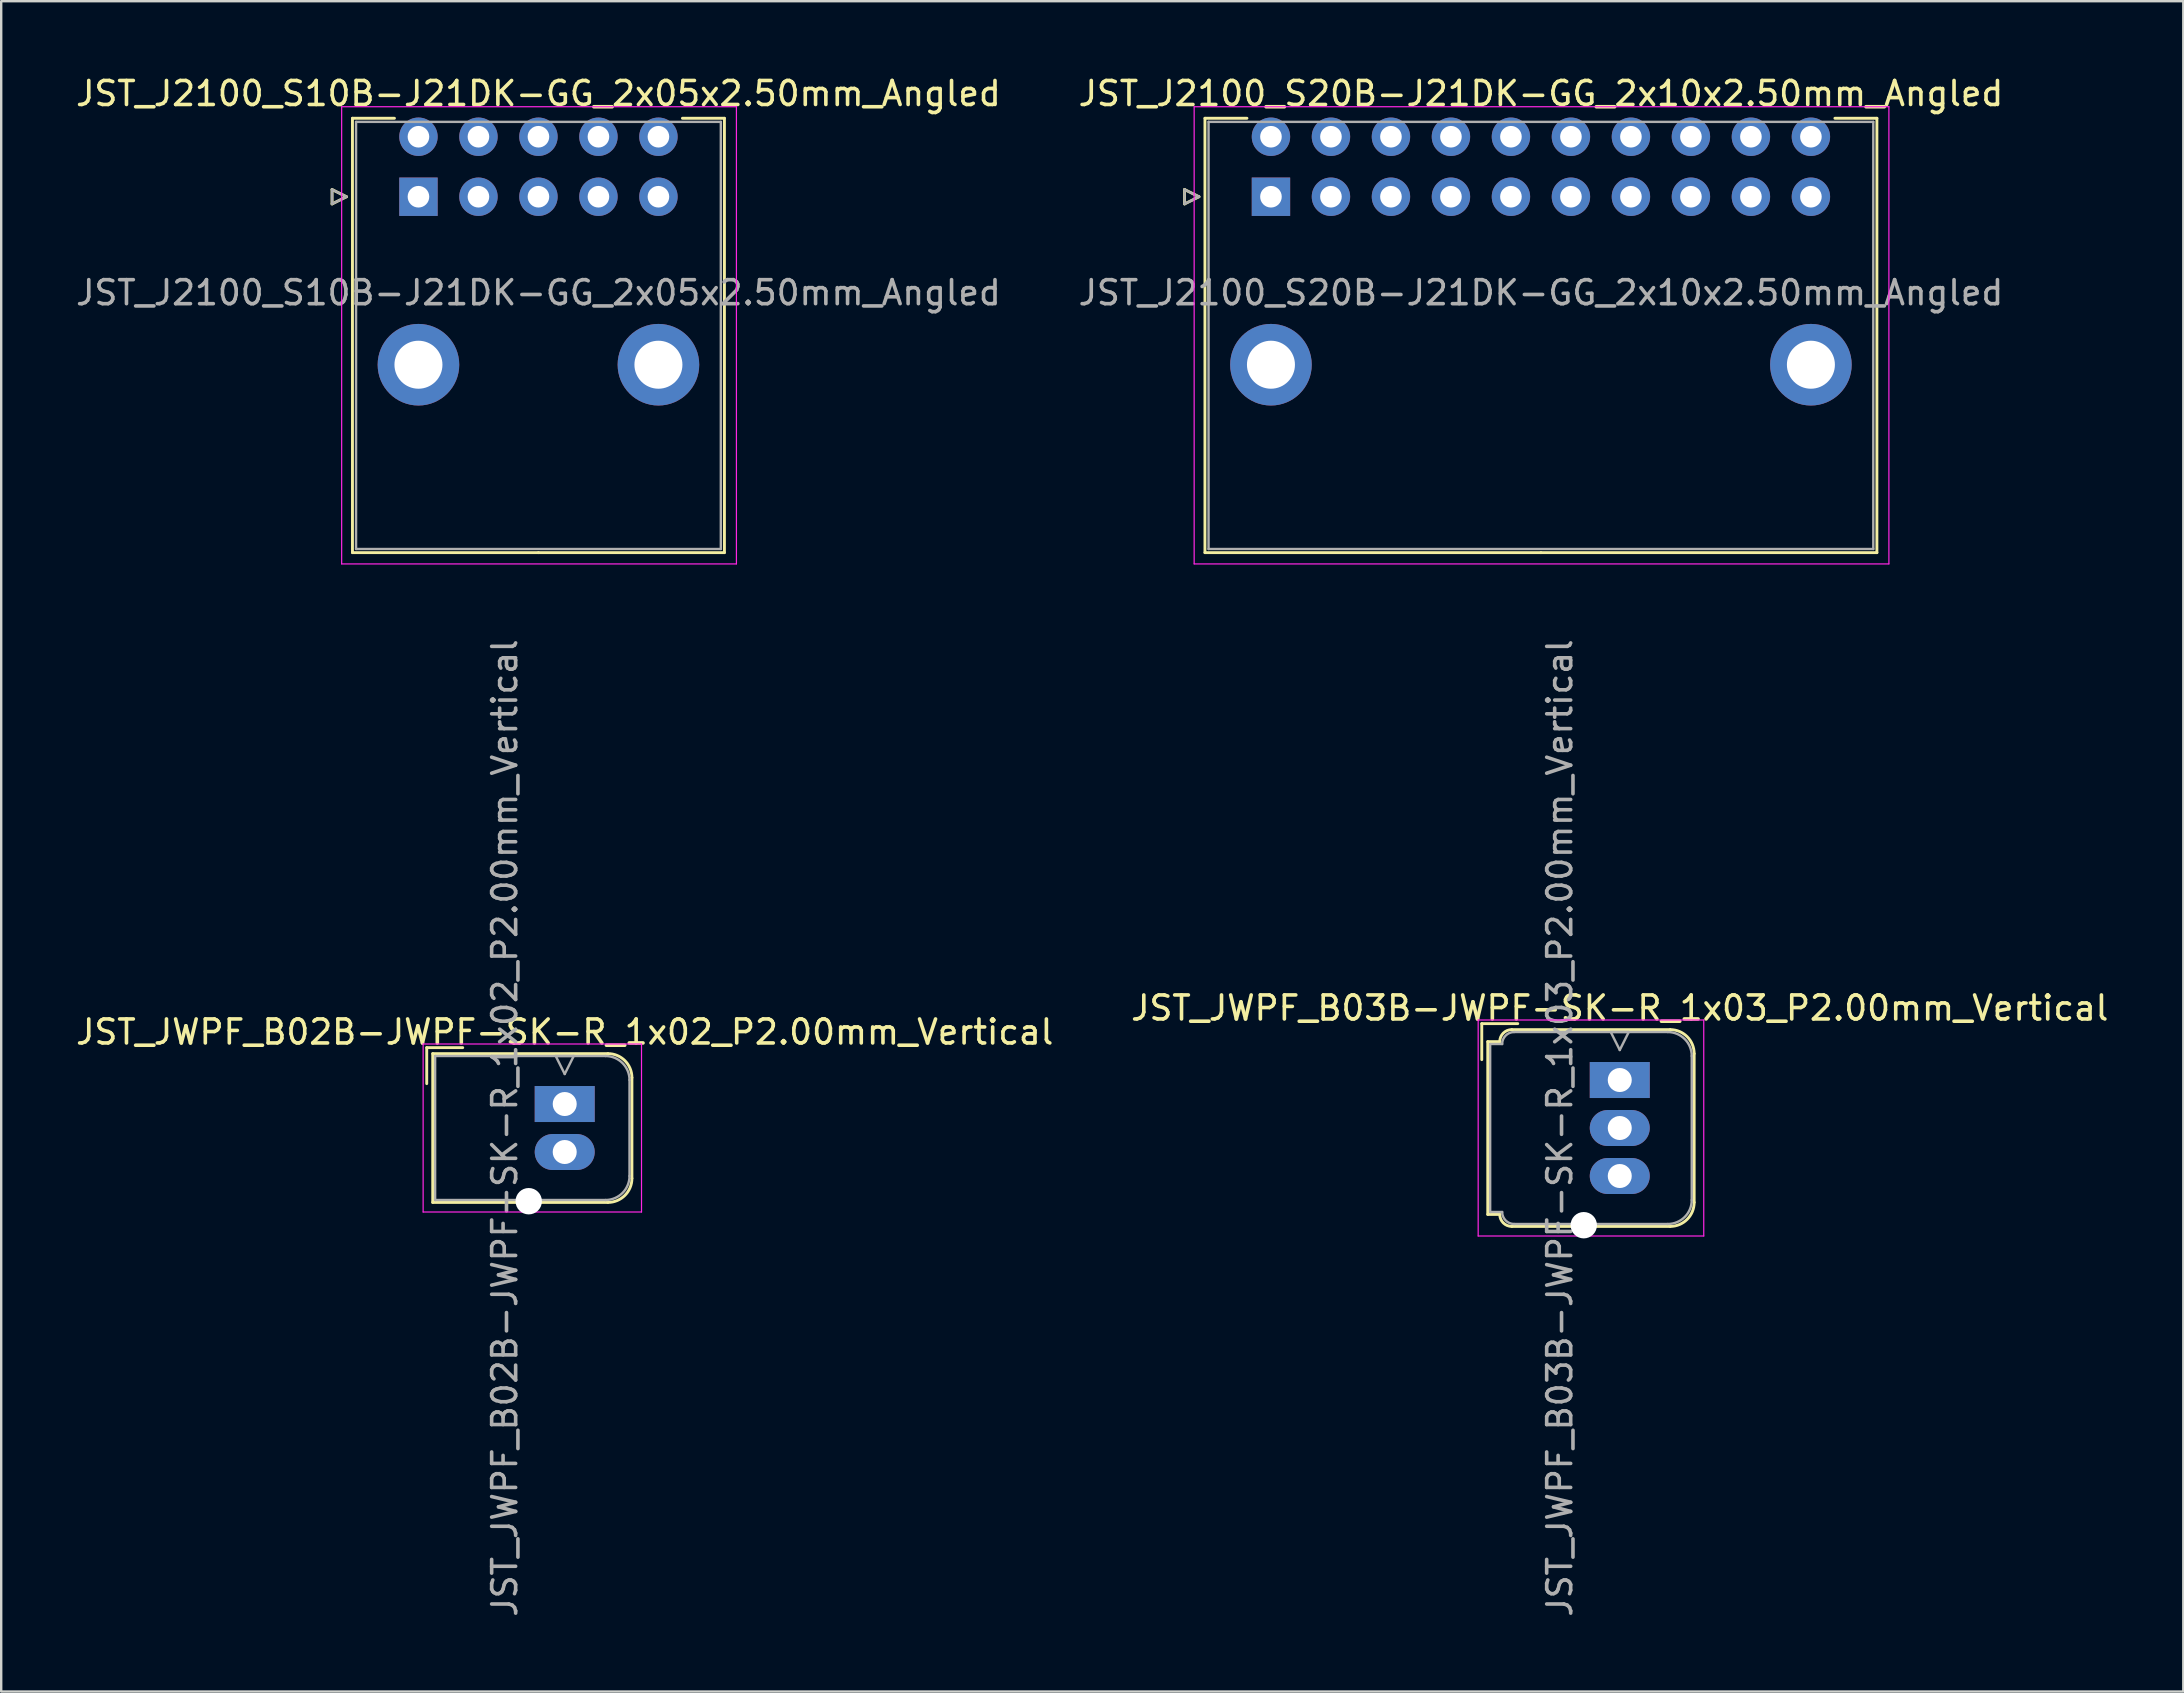
<source format=kicad_pcb>
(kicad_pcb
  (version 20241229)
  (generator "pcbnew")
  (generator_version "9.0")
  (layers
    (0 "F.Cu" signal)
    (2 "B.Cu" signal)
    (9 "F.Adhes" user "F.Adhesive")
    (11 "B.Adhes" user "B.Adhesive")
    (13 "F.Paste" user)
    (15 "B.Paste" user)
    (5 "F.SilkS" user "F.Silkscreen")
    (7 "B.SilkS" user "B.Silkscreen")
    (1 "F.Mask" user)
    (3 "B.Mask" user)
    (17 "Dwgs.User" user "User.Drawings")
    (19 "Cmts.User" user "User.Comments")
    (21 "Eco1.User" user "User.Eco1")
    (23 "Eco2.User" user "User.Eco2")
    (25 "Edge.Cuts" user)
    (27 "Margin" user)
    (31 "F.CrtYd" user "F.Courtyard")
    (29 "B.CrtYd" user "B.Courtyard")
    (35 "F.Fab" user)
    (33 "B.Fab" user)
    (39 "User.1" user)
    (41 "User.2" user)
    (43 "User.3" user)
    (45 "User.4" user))
  (footprint "JST_JWPF_B02B-JWPF-SK-R_1x02_P2.00mm_Vertical"
    (layer "F.Cu")
    (at 20.482 42.955)
    (property "Reference" "JST_JWPF_B02B-JWPF-SK-R_1x02_P2.00mm_Vertical" (at 0 -3 0) (layer "F.SilkS") (effects (font (size 1 1) (thickness 0.15))))
    (attr through_hole)
    (fp_line (start -5.75 -2.35) (end -4.25 -2.35) (stroke (width 0.12) (type solid)) (layer "F.SilkS"))
    (fp_line (start -5.75 -0.85) (end -5.75 -2.35) (stroke (width 0.12) (type solid)) (layer "F.SilkS"))
    (fp_line (start -5.5 -2.1) (end -5.5 4.1) (stroke (width 0.12) (type solid)) (layer "F.SilkS"))
    (fp_line (start -5.5 4.1) (end 1.8 4.1) (stroke (width 0.12) (type solid)) (layer "F.SilkS"))
    (fp_line (start 1.8 -2.1) (end -5.5 -2.1) (stroke (width 0.12) (type solid)) (layer "F.SilkS"))
    (fp_line (start 2.8 -1.1) (end 2.8 3.1) (stroke (width 0.12) (type solid)) (layer "F.SilkS"))
    (fp_arc (start 1.8 -2.1) (mid 2.507107 -1.807107) (end 2.8 -1.1) (stroke (width 0.12) (type solid)) (layer "F.SilkS"))
    (fp_arc (start 2.8 3.1) (mid 2.507107 3.807107) (end 1.8 4.1) (stroke (width 0.12) (type solid)) (layer "F.SilkS"))
    (fp_line (start -5.9 -2.5) (end -5.9 4.5) (stroke (width 0.05) (type solid)) (layer "F.CrtYd"))
    (fp_line (start -5.9 4.5) (end 3.2 4.5) (stroke (width 0.05) (type solid)) (layer "F.CrtYd"))
    (fp_line (start 3.2 -2.5) (end -5.9 -2.5) (stroke (width 0.05) (type solid)) (layer "F.CrtYd"))
    (fp_line (start 3.2 4.5) (end 3.2 -2.5) (stroke (width 0.05) (type solid)) (layer "F.CrtYd"))
    (fp_line (start -5.4 -2) (end -5.4 4) (stroke (width 0.1) (type solid)) (layer "F.Fab"))
    (fp_line (start -5.4 4) (end 1.7 4) (stroke (width 0.1) (type solid)) (layer "F.Fab"))
    (fp_line (start -0.375 -2) (end 0.375 -2) (stroke (width 0.1) (type solid)) (layer "F.Fab"))
    (fp_line (start 0 -1.25) (end -0.375 -2) (stroke (width 0.1) (type solid)) (layer "F.Fab"))
    (fp_line (start 0.375 -2) (end 0 -1.25) (stroke (width 0.1) (type solid)) (layer "F.Fab"))
    (fp_line (start 1.7 -2) (end -5.4 -2) (stroke (width 0.1) (type solid)) (layer "F.Fab"))
    (fp_line (start 2.7 -1) (end 2.7 3) (stroke (width 0.1) (type solid)) (layer "F.Fab"))
    (fp_arc (start 1.7 -2) (mid 2.407107 -1.707107) (end 2.7 -1) (stroke (width 0.1) (type solid)) (layer "F.Fab"))
    (fp_arc (start 2.7 3) (mid 2.407107 3.707107) (end 1.7 4) (stroke (width 0.1) (type solid)) (layer "F.Fab"))
    (fp_text user "${REFERENCE}" (at -2.5 1 90) (layer "F.Fab") (effects (font (size 1 1) (thickness 0.15))))
    (pad "" np_thru_hole circle (at -1.5 4.05) (size 1.1 1.1) (drill 1.1) (layers "*.Cu" "*.Mask"))
    (pad "1" thru_hole rect (at 0 0) (size 2.5 1.5) (drill 1) (layers "*.Cu" "*.Mask"))
    (pad "2" thru_hole oval (at 0 2) (size 2.5 1.5) (drill 1) (layers "*.Cu" "*.Mask")))
  (footprint "JST_JWPF_B03B-JWPF-SK-R_1x03_P2.00mm_Vertical"
    (layer "F.Cu")
    (at 64.446 41.955)
    (property "Reference" "JST_JWPF_B03B-JWPF-SK-R_1x03_P2.00mm_Vertical" (at 0 -3 0) (layer "F.SilkS") (effects (font (size 1 1) (thickness 0.15))))
    (attr through_hole)
    (fp_line (start -5.75 -2.35) (end -4.25 -2.35) (stroke (width 0.12) (type solid)) (layer "F.SilkS"))
    (fp_line (start -5.75 -0.85) (end -5.75 -2.35) (stroke (width 0.12) (type solid)) (layer "F.SilkS"))
    (fp_line (start -5.5 -1.6) (end -5.5 5.6) (stroke (width 0.12) (type solid)) (layer "F.SilkS"))
    (fp_line (start -5.5 5.6) (end -5 5.6) (stroke (width 0.12) (type solid)) (layer "F.SilkS"))
    (fp_line (start -5 -1.6) (end -5.5 -1.6) (stroke (width 0.12) (type solid)) (layer "F.SilkS"))
    (fp_line (start -4.5 -2.1) (end 2.1 -2.1) (stroke (width 0.12) (type solid)) (layer "F.SilkS"))
    (fp_line (start -4.5 6.1) (end 2.1 6.1) (stroke (width 0.12) (type solid)) (layer "F.SilkS"))
    (fp_line (start 3.1 -1.1) (end 3.1 5.1) (stroke (width 0.12) (type solid)) (layer "F.SilkS"))
    (fp_arc (start -5 -1.6) (mid -4.853553 -1.953553) (end -4.5 -2.1) (stroke (width 0.12) (type solid)) (layer "F.SilkS"))
    (fp_arc (start -4.5 6.1) (mid -4.853553 5.953553) (end -5 5.6) (stroke (width 0.12) (type solid)) (layer "F.SilkS"))
    (fp_arc (start 2.1 -2.1) (mid 2.807107 -1.807107) (end 3.1 -1.1) (stroke (width 0.12) (type solid)) (layer "F.SilkS"))
    (fp_arc (start 3.1 5.1) (mid 2.807107 5.807107) (end 2.1 6.1) (stroke (width 0.12) (type solid)) (layer "F.SilkS"))
    (fp_line (start -5.9 -2.5) (end -5.9 6.5) (stroke (width 0.05) (type solid)) (layer "F.CrtYd"))
    (fp_line (start -5.9 6.5) (end 3.5 6.5) (stroke (width 0.05) (type solid)) (layer "F.CrtYd"))
    (fp_line (start 3.5 -2.5) (end -5.9 -2.5) (stroke (width 0.05) (type solid)) (layer "F.CrtYd"))
    (fp_line (start 3.5 6.5) (end 3.5 -2.5) (stroke (width 0.05) (type solid)) (layer "F.CrtYd"))
    (fp_line (start -5.4 -1.5) (end -5.4 5.5) (stroke (width 0.1) (type solid)) (layer "F.Fab"))
    (fp_line (start -5.4 5.5) (end -4.9 5.5) (stroke (width 0.1) (type solid)) (layer "F.Fab"))
    (fp_line (start -4.9 -1.5) (end -5.4 -1.5) (stroke (width 0.1) (type solid)) (layer "F.Fab"))
    (fp_line (start -4.4 -2) (end 2 -2) (stroke (width 0.1) (type solid)) (layer "F.Fab"))
    (fp_line (start -4.4 6) (end 2 6) (stroke (width 0.1) (type solid)) (layer "F.Fab"))
    (fp_line (start -0.375 -2) (end 0.375 -2) (stroke (width 0.1) (type solid)) (layer "F.Fab"))
    (fp_line (start 0 -1.25) (end -0.375 -2) (stroke (width 0.1) (type solid)) (layer "F.Fab"))
    (fp_line (start 0.375 -2) (end 0 -1.25) (stroke (width 0.1) (type solid)) (layer "F.Fab"))
    (fp_line (start 3 -1) (end 3 5) (stroke (width 0.1) (type solid)) (layer "F.Fab"))
    (fp_arc (start -4.9 -1.5) (mid -4.753553 -1.853553) (end -4.4 -2) (stroke (width 0.1) (type solid)) (layer "F.Fab"))
    (fp_arc (start -4.4 6) (mid -4.753553 5.853553) (end -4.9 5.5) (stroke (width 0.1) (type solid)) (layer "F.Fab"))
    (fp_arc (start 2 -2) (mid 2.707107 -1.707107) (end 3 -1) (stroke (width 0.1) (type solid)) (layer "F.Fab"))
    (fp_arc (start 3 5) (mid 2.707107 5.707107) (end 2 6) (stroke (width 0.1) (type solid)) (layer "F.Fab"))
    (fp_text user "${REFERENCE}" (at -2.5 2 90) (layer "F.Fab") (effects (font (size 1 1) (thickness 0.15))))
    (pad "" np_thru_hole circle (at -1.5 6.05) (size 1.1 1.1) (drill 1.1) (layers "*.Cu" "*.Mask"))
    (pad "1" thru_hole rect (at 0 0) (size 2.5 1.5) (drill 1) (layers "*.Cu" "*.Mask"))
    (pad "2" thru_hole oval (at 0 2) (size 2.5 1.5) (drill 1) (layers "*.Cu" "*.Mask"))
    (pad "3" thru_hole oval (at 0 4) (size 2.5 1.5) (drill 1) (layers "*.Cu" "*.Mask")))
  (footprint "JST_J2100_S20B-J21DK-GG_2x10x2.50mm_Angled"
    (layer "F.Cu")
    (at 49.911 5.148)
    (property "Reference" "JST_J2100_S20B-J21DK-GG_2x10x2.50mm_Angled" (at 11.25 -4.3 0) (layer "F.SilkS") (effects (font (size 1 1) (thickness 0.15))))
    (attr through_hole)
    (fp_line (start -3.6 -0.3) (end -3 0) (stroke (width 0.12) (type solid)) (layer "F.SilkS"))
    (fp_line (start -3.6 0.3) (end -3.6 -0.3) (stroke (width 0.12) (type solid)) (layer "F.SilkS"))
    (fp_line (start -3 0) (end -3.6 0.3) (stroke (width 0.12) (type solid)) (layer "F.SilkS"))
    (fp_line (start -2.75 -3.27) (end -2.75 14.83) (stroke (width 0.12) (type solid)) (layer "F.SilkS"))
    (fp_line (start -2.75 14.83) (end 11.25 14.83) (stroke (width 0.12) (type solid)) (layer "F.SilkS"))
    (fp_line (start -1 -3.27) (end -2.75 -3.27) (stroke (width 0.12) (type solid)) (layer "F.SilkS"))
    (fp_line (start 23.5 -3.27) (end 25.25 -3.27) (stroke (width 0.12) (type solid)) (layer "F.SilkS"))
    (fp_line (start 25.25 -3.27) (end 25.25 14.83) (stroke (width 0.12) (type solid)) (layer "F.SilkS"))
    (fp_line (start 25.25 14.83) (end 11.25 14.83) (stroke (width 0.12) (type solid)) (layer "F.SilkS"))
    (fp_line (start -3.2 -3.75) (end -3.2 15.3) (stroke (width 0.05) (type solid)) (layer "F.CrtYd"))
    (fp_line (start -3.2 15.3) (end 25.75 15.3) (stroke (width 0.05) (type solid)) (layer "F.CrtYd"))
    (fp_line (start 25.75 -3.75) (end -3.2 -3.75) (stroke (width 0.05) (type solid)) (layer "F.CrtYd"))
    (fp_line (start 25.75 15.3) (end 25.75 -3.75) (stroke (width 0.05) (type solid)) (layer "F.CrtYd"))
    (fp_line (start -3.6 -0.3) (end -3 0) (stroke (width 0.1) (type solid)) (layer "F.Fab"))
    (fp_line (start -3.6 0.3) (end -3.6 -0.3) (stroke (width 0.1) (type solid)) (layer "F.Fab"))
    (fp_line (start -3 0) (end -3.6 0.3) (stroke (width 0.1) (type solid)) (layer "F.Fab"))
    (fp_line (start -2.6 -3.12) (end -2.6 14.68) (stroke (width 0.1) (type solid)) (layer "F.Fab"))
    (fp_line (start -2.6 14.68) (end 25.1 14.68) (stroke (width 0.1) (type solid)) (layer "F.Fab"))
    (fp_line (start 25.1 -3.12) (end -2.6 -3.12) (stroke (width 0.1) (type solid)) (layer "F.Fab"))
    (fp_line (start 25.1 14.68) (end 25.1 -3.12) (stroke (width 0.1) (type solid)) (layer "F.Fab"))
    (fp_text user "${REFERENCE}" (at 11.25 4 0) (layer "F.Fab") (effects (font (size 1 1) (thickness 0.15))))
    (pad "" thru_hole circle (at 0 7) (size 3.4 3.4) (drill 2) (layers "*.Cu" "*.Mask"))
    (pad "" thru_hole circle (at 22.5 7) (size 3.4 3.4) (drill 2) (layers "*.Cu" "*.Mask"))
    (pad "1" thru_hole rect (at 0 0) (size 1.6 1.6) (drill 0.9) (layers "*.Cu" "*.Mask"))
    (pad "2" thru_hole circle (at 0 -2.5) (size 1.6 1.6) (drill 0.9) (layers "*.Cu" "*.Mask"))
    (pad "3" thru_hole circle (at 2.5 0) (size 1.6 1.6) (drill 0.9) (layers "*.Cu" "*.Mask"))
    (pad "4" thru_hole circle (at 2.5 -2.5) (size 1.6 1.6) (drill 0.9) (layers "*.Cu" "*.Mask"))
    (pad "5" thru_hole circle (at 5 0) (size 1.6 1.6) (drill 0.9) (layers "*.Cu" "*.Mask"))
    (pad "6" thru_hole circle (at 5 -2.5) (size 1.6 1.6) (drill 0.9) (layers "*.Cu" "*.Mask"))
    (pad "7" thru_hole circle (at 7.5 0) (size 1.6 1.6) (drill 0.9) (layers "*.Cu" "*.Mask"))
    (pad "8" thru_hole circle (at 7.5 -2.5) (size 1.6 1.6) (drill 0.9) (layers "*.Cu" "*.Mask"))
    (pad "9" thru_hole circle (at 10 0) (size 1.6 1.6) (drill 0.9) (layers "*.Cu" "*.Mask"))
    (pad "10" thru_hole circle (at 10 -2.5) (size 1.6 1.6) (drill 0.9) (layers "*.Cu" "*.Mask"))
    (pad "11" thru_hole circle (at 12.5 0) (size 1.6 1.6) (drill 0.9) (layers "*.Cu" "*.Mask"))
    (pad "12" thru_hole circle (at 12.5 -2.5) (size 1.6 1.6) (drill 0.9) (layers "*.Cu" "*.Mask"))
    (pad "13" thru_hole circle (at 15 0) (size 1.6 1.6) (drill 0.9) (layers "*.Cu" "*.Mask"))
    (pad "14" thru_hole circle (at 15 -2.5) (size 1.6 1.6) (drill 0.9) (layers "*.Cu" "*.Mask"))
    (pad "15" thru_hole circle (at 17.5 0) (size 1.6 1.6) (drill 0.9) (layers "*.Cu" "*.Mask"))
    (pad "16" thru_hole circle (at 17.5 -2.5) (size 1.6 1.6) (drill 0.9) (layers "*.Cu" "*.Mask"))
    (pad "17" thru_hole circle (at 20 0) (size 1.6 1.6) (drill 0.9) (layers "*.Cu" "*.Mask"))
    (pad "18" thru_hole circle (at 20 -2.5) (size 1.6 1.6) (drill 0.9) (layers "*.Cu" "*.Mask"))
    (pad "19" thru_hole circle (at 22.5 0) (size 1.6 1.6) (drill 0.9) (layers "*.Cu" "*.Mask"))
    (pad "20" thru_hole circle (at 22.5 -2.5) (size 1.6 1.6) (drill 0.9) (layers "*.Cu" "*.Mask")))
  (footprint "JST_J2100_S10B-J21DK-GG_2x05x2.50mm_Angled"
    (layer "F.Cu")
    (at 14.387 5.148)
    (property "Reference" "JST_J2100_S10B-J21DK-GG_2x05x2.50mm_Angled" (at 5 -4.3 0) (layer "F.SilkS") (effects (font (size 1 1) (thickness 0.15))))
    (attr through_hole)
    (fp_line (start -3.6 -0.3) (end -3 0) (stroke (width 0.12) (type solid)) (layer "F.SilkS"))
    (fp_line (start -3.6 0.3) (end -3.6 -0.3) (stroke (width 0.12) (type solid)) (layer "F.SilkS"))
    (fp_line (start -3 0) (end -3.6 0.3) (stroke (width 0.12) (type solid)) (layer "F.SilkS"))
    (fp_line (start -2.75 -3.27) (end -2.75 14.83) (stroke (width 0.12) (type solid)) (layer "F.SilkS"))
    (fp_line (start -2.75 14.83) (end 5 14.83) (stroke (width 0.12) (type solid)) (layer "F.SilkS"))
    (fp_line (start -1 -3.27) (end -2.75 -3.27) (stroke (width 0.12) (type solid)) (layer "F.SilkS"))
    (fp_line (start 11 -3.27) (end 12.75 -3.27) (stroke (width 0.12) (type solid)) (layer "F.SilkS"))
    (fp_line (start 12.75 -3.27) (end 12.75 14.83) (stroke (width 0.12) (type solid)) (layer "F.SilkS"))
    (fp_line (start 12.75 14.83) (end 5 14.83) (stroke (width 0.12) (type solid)) (layer "F.SilkS"))
    (fp_line (start -3.2 -3.75) (end -3.2 15.3) (stroke (width 0.05) (type solid)) (layer "F.CrtYd"))
    (fp_line (start -3.2 15.3) (end 13.25 15.3) (stroke (width 0.05) (type solid)) (layer "F.CrtYd"))
    (fp_line (start 13.25 -3.75) (end -3.2 -3.75) (stroke (width 0.05) (type solid)) (layer "F.CrtYd"))
    (fp_line (start 13.25 15.3) (end 13.25 -3.75) (stroke (width 0.05) (type solid)) (layer "F.CrtYd"))
    (fp_line (start -3.6 -0.3) (end -3 0) (stroke (width 0.1) (type solid)) (layer "F.Fab"))
    (fp_line (start -3.6 0.3) (end -3.6 -0.3) (stroke (width 0.1) (type solid)) (layer "F.Fab"))
    (fp_line (start -3 0) (end -3.6 0.3) (stroke (width 0.1) (type solid)) (layer "F.Fab"))
    (fp_line (start -2.6 -3.12) (end -2.6 14.68) (stroke (width 0.1) (type solid)) (layer "F.Fab"))
    (fp_line (start -2.6 14.68) (end 12.6 14.68) (stroke (width 0.1) (type solid)) (layer "F.Fab"))
    (fp_line (start 12.6 -3.12) (end -2.6 -3.12) (stroke (width 0.1) (type solid)) (layer "F.Fab"))
    (fp_line (start 12.6 14.68) (end 12.6 -3.12) (stroke (width 0.1) (type solid)) (layer "F.Fab"))
    (fp_text user "${REFERENCE}" (at 5 4 0) (layer "F.Fab") (effects (font (size 1 1) (thickness 0.15))))
    (pad "" thru_hole circle (at 0 7) (size 3.4 3.4) (drill 2) (layers "*.Cu" "*.Mask"))
    (pad "" thru_hole circle (at 10 7) (size 3.4 3.4) (drill 2) (layers "*.Cu" "*.Mask"))
    (pad "1" thru_hole rect (at 0 0) (size 1.6 1.6) (drill 0.9) (layers "*.Cu" "*.Mask"))
    (pad "2" thru_hole circle (at 0 -2.5) (size 1.6 1.6) (drill 0.9) (layers "*.Cu" "*.Mask"))
    (pad "3" thru_hole circle (at 2.5 0) (size 1.6 1.6) (drill 0.9) (layers "*.Cu" "*.Mask"))
    (pad "4" thru_hole circle (at 2.5 -2.5) (size 1.6 1.6) (drill 0.9) (layers "*.Cu" "*.Mask"))
    (pad "5" thru_hole circle (at 5 0) (size 1.6 1.6) (drill 0.9) (layers "*.Cu" "*.Mask"))
    (pad "6" thru_hole circle (at 5 -2.5) (size 1.6 1.6) (drill 0.9) (layers "*.Cu" "*.Mask"))
    (pad "7" thru_hole circle (at 7.5 0) (size 1.6 1.6) (drill 0.9) (layers "*.Cu" "*.Mask"))
    (pad "8" thru_hole circle (at 7.5 -2.5) (size 1.6 1.6) (drill 0.9) (layers "*.Cu" "*.Mask"))
    (pad "9" thru_hole circle (at 10 0) (size 1.6 1.6) (drill 0.9) (layers "*.Cu" "*.Mask"))
    (pad "10" thru_hole circle (at 10 -2.5) (size 1.6 1.6) (drill 0.9) (layers "*.Cu" "*.Mask")))
  (gr_rect
    (start -3 -3)
    (end 87.929 67.438)
    (stroke (width 0.1) (type default))
    (fill no)
    (layer "Edge.Cuts")))
</source>
